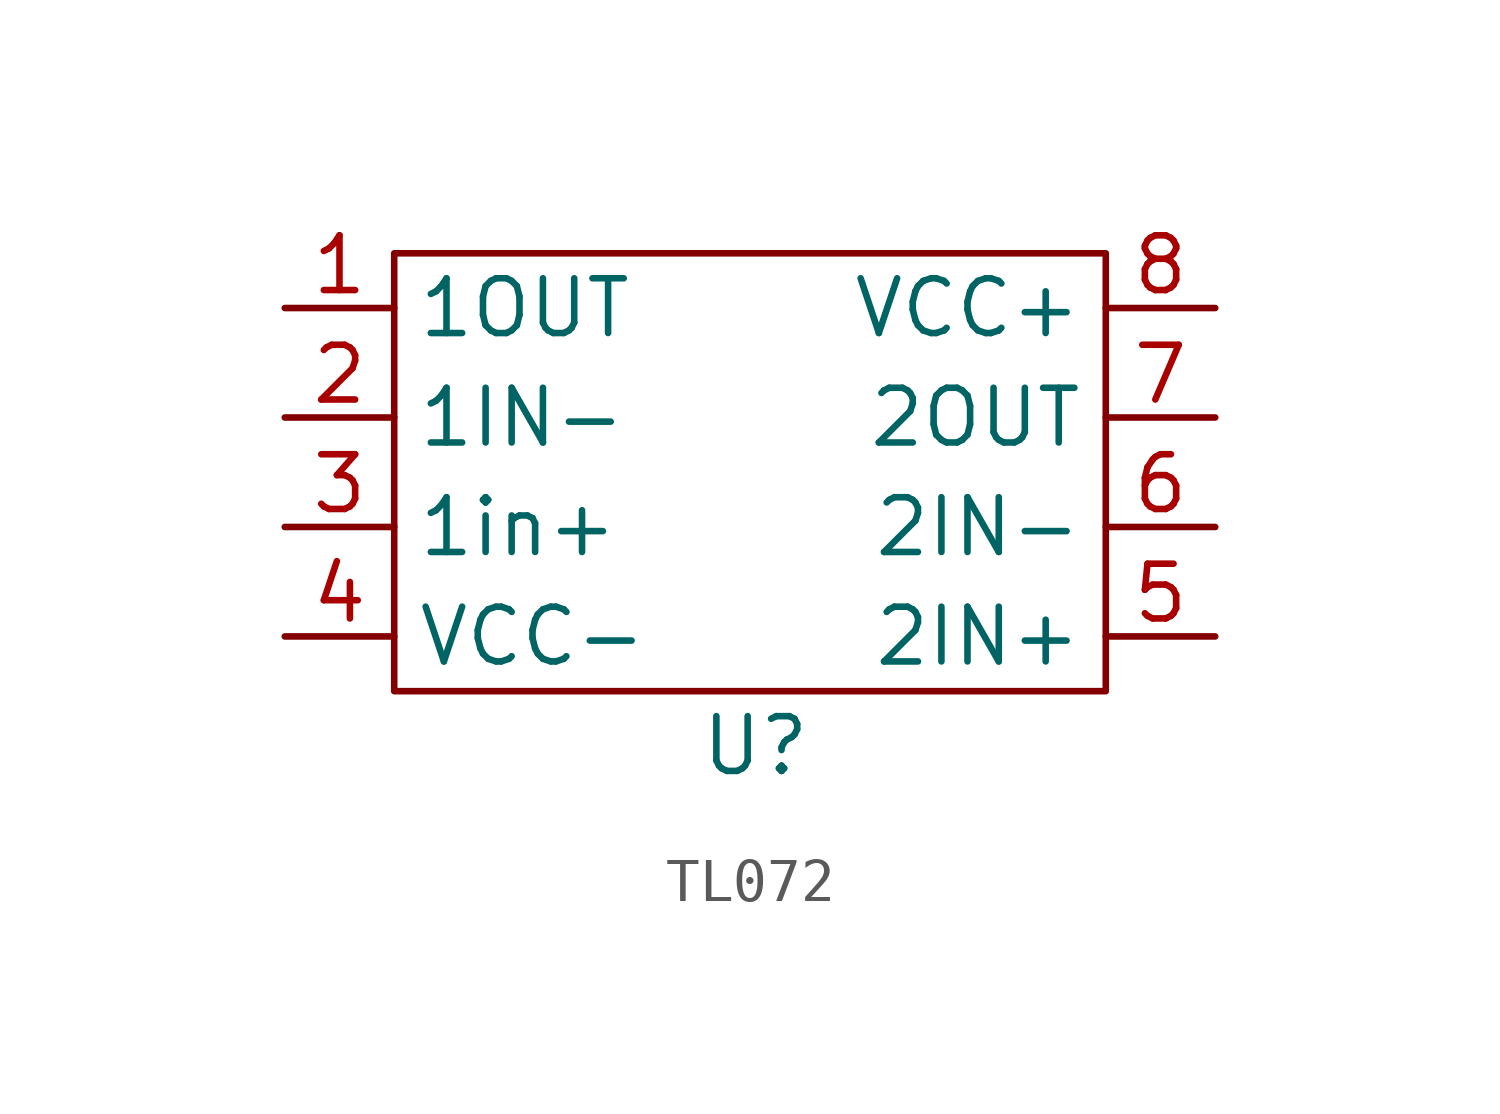
<source format=kicad_sym>
(kicad_symbol_lib
  (version 20241209)
  (generator "kicad_symbol_editor")
  (generator_version "9.0")
  (symbol "TL072"
    (property "Reference" "U"
      (at -0.508 0 0)
      (effects (font (size 1.27 1.27))))
    (property "Value" ""
      (at 0 0 0)
      (effects (font (size 1.27 1.27))))
    (symbol "TL072_0_1"
      (rectangle (start -8.89 1.27) (end 7.62 11.43) (stroke (width 0) (type default)) (fill (type none))))
    (symbol "TL072_1_1"
      (pin output line (at -11.43 10.16 0) (length 2.54) (name "1OUT" (effects (font (size 1.27 1.27)))) (number "1" (effects (font (size 1.27 1.27)))))
      (pin input line (at -11.43 7.62 0) (length 2.54) (name "1IN-" (effects (font (size 1.27 1.27)))) (number "2" (effects (font (size 1.27 1.27)))))
      (pin input line (at -11.43 5.08 0) (length 2.54) (name "1in+" (effects (font (size 1.27 1.27)))) (number "3" (effects (font (size 1.27 1.27)))))
      (pin power_out line (at -11.43 2.54 0) (length 2.54) (name "VCC-" (effects (font (size 1.27 1.27)))) (number "4" (effects (font (size 1.27 1.27)))))
      (pin power_in line (at 10.16 10.16 180) (length 2.54) (name "VCC+" (effects (font (size 1.27 1.27)))) (number "8" (effects (font (size 1.27 1.27)))))
      (pin output line (at 10.16 7.62 180) (length 2.54) (name "2OUT" (effects (font (size 1.27 1.27)))) (number "7" (effects (font (size 1.27 1.27)))))
      (pin input line (at 10.16 5.08 180) (length 2.54) (name "2IN-" (effects (font (size 1.27 1.27)))) (number "6" (effects (font (size 1.27 1.27)))))
      (pin input line (at 10.16 2.54 180) (length 2.54) (name "2IN+" (effects (font (size 1.27 1.27)))) (number "5" (effects (font (size 1.27 1.27))))))))
</source>
